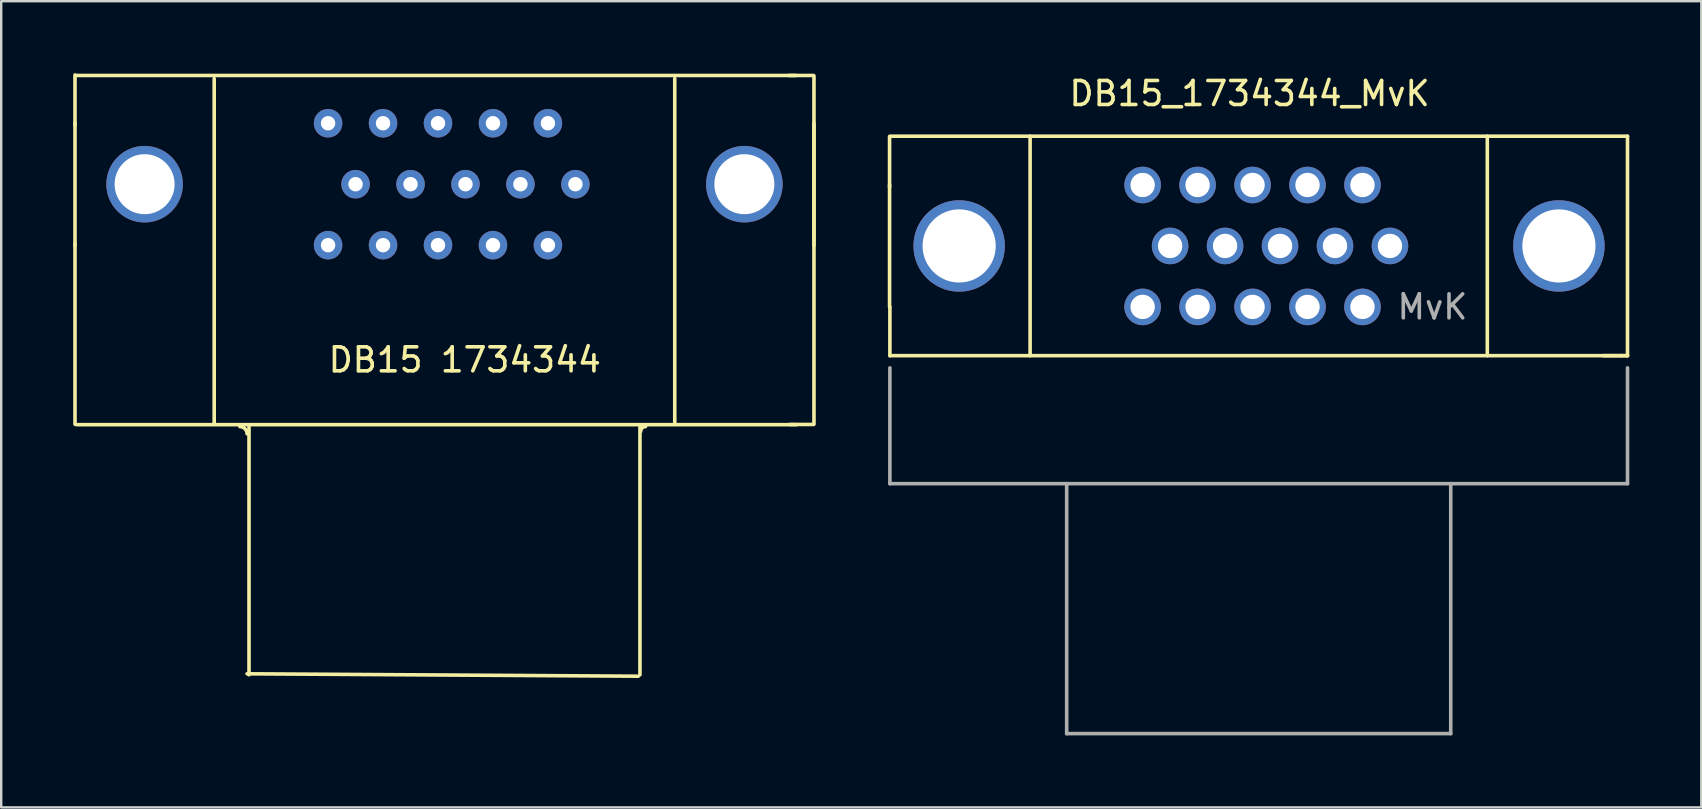
<source format=kicad_pcb>
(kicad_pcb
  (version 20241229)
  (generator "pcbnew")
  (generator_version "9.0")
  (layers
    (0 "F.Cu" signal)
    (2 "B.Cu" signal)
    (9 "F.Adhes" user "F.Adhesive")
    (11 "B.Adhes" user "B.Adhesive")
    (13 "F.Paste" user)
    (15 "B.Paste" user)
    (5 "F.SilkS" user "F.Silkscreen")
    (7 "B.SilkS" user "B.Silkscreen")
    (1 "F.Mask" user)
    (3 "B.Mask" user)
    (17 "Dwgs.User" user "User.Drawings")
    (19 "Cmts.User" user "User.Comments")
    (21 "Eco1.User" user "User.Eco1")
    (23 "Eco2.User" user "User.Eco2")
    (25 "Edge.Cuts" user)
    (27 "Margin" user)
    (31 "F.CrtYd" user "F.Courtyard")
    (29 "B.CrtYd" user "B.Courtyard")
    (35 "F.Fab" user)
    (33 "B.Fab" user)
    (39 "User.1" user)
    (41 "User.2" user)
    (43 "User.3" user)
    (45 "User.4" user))
  (footprint "DB15_1734344_MvK"
    (layer "F.Cu")
    (at 50.285 7.198)
    (property "Reference" "DB15_1734344_MvK" (at -1.27 -6.35 0) (layer "F.SilkS") (effects (font (size 1 1) (thickness 0.15))))
    (attr through_hole)
    (fp_line (start -16.27 -2.54) (end -16.27 2.54) (stroke (width 0.15) (type solid)) (layer "F.SilkS"))
    (fp_line (start -16.27 -2.46) (end -16.27 -4.55) (stroke (width 0.15) (type solid)) (layer "F.SilkS"))
    (fp_line (start -16.256 4.572) (end -16.256 2.54) (stroke (width 0.15) (type solid)) (layer "F.SilkS"))
    (fp_line (start -16.256 4.572) (end 14.224 4.572) (stroke (width 0.15) (type solid)) (layer "F.SilkS"))
    (fp_line (start -10.414 -4.572) (end -10.414 4.572) (stroke (width 0.15) (type solid)) (layer "F.SilkS"))
    (fp_line (start 8.636 4.572) (end 8.636 -4.572) (stroke (width 0.15) (type solid)) (layer "F.SilkS"))
    (fp_line (start 14.224 4.572) (end 14.478 4.572) (stroke (width 0.15) (type solid)) (layer "F.SilkS"))
    (fp_line (start 14.478 -4.572) (end -16.256 -4.572) (stroke (width 0.15) (type solid)) (layer "F.SilkS"))
    (fp_line (start 14.478 -4.572) (end 14.478 4.572) (stroke (width 0.15) (type solid)) (layer "F.SilkS"))
    (fp_line (start 14.478 4.572) (end 13.462 4.572) (stroke (width 0.15) (type solid)) (layer "F.SilkS"))
    (fp_line (start -16.256 9.906) (end -16.256 5.08) (stroke (width 0.15) (type solid)) (layer "F.Fab"))
    (fp_line (start -16.256 9.906) (end -8.89 9.906) (stroke (width 0.15) (type solid)) (layer "F.Fab"))
    (fp_line (start -8.89 9.906) (end 7.112 9.906) (stroke (width 0.15) (type solid)) (layer "F.Fab"))
    (fp_line (start -8.89 20.32) (end -8.89 9.906) (stroke (width 0.15) (type solid)) (layer "F.Fab"))
    (fp_line (start 7.112 9.906) (end 7.112 20.32) (stroke (width 0.15) (type solid)) (layer "F.Fab"))
    (fp_line (start 7.112 9.906) (end 14.478 9.906) (stroke (width 0.15) (type solid)) (layer "F.Fab"))
    (fp_line (start 7.112 20.32) (end -8.89 20.32) (stroke (width 0.15) (type solid)) (layer "F.Fab"))
    (fp_line (start 14.478 9.906) (end 14.478 5.08) (stroke (width 0.15) (type solid)) (layer "F.Fab"))
    (fp_text user "MvK" (at 6.35 2.54 0) (layer "F.Fab") (effects (font (size 1 1) (thickness 0.15))))
    (pad "0" thru_hole circle (at -13.37 0) (size 3.81 3.81) (drill 3.048) (layers "*.Cu" "*.Mask"))
    (pad "0" thru_hole circle (at 11.62 0) (size 3.81 3.81) (drill 3.048) (layers "*.Cu" "*.Mask"))
    (pad "1" thru_hole circle (at 3.435 -2.54) (size 1.524 1.524) (drill 1.016) (layers "*.Cu" "*.Mask"))
    (pad "2" thru_hole circle (at 1.145 -2.54) (size 1.524 1.524) (drill 1.016) (layers "*.Cu" "*.Mask"))
    (pad "3" thru_hole circle (at -1.145 -2.54) (size 1.524 1.524) (drill 1.016) (layers "*.Cu" "*.Mask"))
    (pad "4" thru_hole circle (at -3.435 -2.54) (size 1.524 1.524) (drill 1.016) (layers "*.Cu" "*.Mask"))
    (pad "5" thru_hole circle (at -5.725 -2.54) (size 1.524 1.524) (drill 1.016) (layers "*.Cu" "*.Mask"))
    (pad "6" thru_hole circle (at 4.58 0) (size 1.524 1.524) (drill 1.016) (layers "*.Cu" "*.Mask"))
    (pad "7" thru_hole circle (at 2.29 0) (size 1.524 1.524) (drill 1.016) (layers "*.Cu" "*.Mask"))
    (pad "8" thru_hole circle (at 0 0) (size 1.524 1.524) (drill 1.016) (layers "*.Cu" "*.Mask"))
    (pad "9" thru_hole circle (at -2.29 0) (size 1.524 1.524) (drill 1.016) (layers "*.Cu" "*.Mask"))
    (pad "10" thru_hole circle (at -4.58 0) (size 1.524 1.524) (drill 1.016) (layers "*.Cu" "*.Mask"))
    (pad "11" thru_hole circle (at 3.435 2.54) (size 1.524 1.524) (drill 1.016) (layers "*.Cu" "*.Mask"))
    (pad "12" thru_hole circle (at 1.145 2.54) (size 1.524 1.524) (drill 1.016) (layers "*.Cu" "*.Mask"))
    (pad "13" thru_hole circle (at -1.145 2.54) (size 1.524 1.524) (drill 1.016) (layers "*.Cu" "*.Mask"))
    (pad "14" thru_hole circle (at -3.435 2.54) (size 1.524 1.524) (drill 1.016) (layers "*.Cu" "*.Mask"))
    (pad "15" thru_hole circle (at -5.725 2.54) (size 1.524 1.524) (drill 1.016) (layers "*.Cu" "*.Mask")))
  (footprint "DB15 1734344"
    (layer "F.Cu")
    (at 16.345 4.625)
    (property "Reference" "DB15 1734344" (at -0.03 7.32 0) (layer "F.SilkS") (effects (font (size 1 1) (thickness 0.15))))
    (attr through_hole)
    (fp_line (start -16.27 -2.54) (end -16.27 2.54) (stroke (width 0.15) (type solid)) (layer "F.SilkS"))
    (fp_line (start -16.27 -2.46) (end -16.27 -4.55) (stroke (width 0.15) (type solid)) (layer "F.SilkS"))
    (fp_line (start -16.27 2.5) (end -16.27 10) (stroke (width 0.15) (type solid)) (layer "F.SilkS"))
    (fp_line (start -16.21 10.02) (end 13.79 10.02) (stroke (width 0.15) (type solid)) (layer "F.SilkS"))
    (fp_line (start -10.47 -4.4) (end -10.47 10) (stroke (width 0.15) (type solid)) (layer "F.SilkS"))
    (fp_line (start -9.1 20.4) (end 7.2 20.5) (stroke (width 0.15) (type solid)) (layer "F.SilkS"))
    (fp_line (start -9.02 10.12) (end -9.02 20.44) (stroke (width 0.15) (type solid)) (layer "F.SilkS"))
    (fp_line (start 7.27 10.12) (end 7.27 20.44) (stroke (width 0.15) (type solid)) (layer "F.SilkS"))
    (fp_line (start 8.72 -4.4) (end 8.72 10) (stroke (width 0.15) (type solid)) (layer "F.SilkS"))
    (fp_line (start 13.51 10.01) (end 14.51 10.01) (stroke (width 0.15) (type solid)) (layer "F.SilkS"))
    (fp_line (start 13.76 -4.53) (end -16.24 -4.53) (stroke (width 0.15) (type solid)) (layer "F.SilkS"))
    (fp_line (start 14.49 -4.53) (end 13.49 -4.53) (stroke (width 0.15) (type solid)) (layer "F.SilkS"))
    (fp_line (start 14.52 -4.52) (end 14.52 9.98) (stroke (width 0.15) (type solid)) (layer "F.SilkS"))
    (fp_line (start 14.52 -2.54) (end 14.52 2.54) (stroke (width 0.15) (type solid)) (layer "F.SilkS"))
    (fp_arc (start -9.4 10.1) (mid -9.187868 10.187868) (end -9.1 10.4) (stroke (width 0.15) (type solid)) (layer "F.SilkS"))
    (fp_arc (start 7.3 10.3) (mid 7.358579 10.158579) (end 7.5 10.1) (stroke (width 0.15) (type solid)) (layer "F.SilkS"))
    (pad "" thru_hole circle (at -13.37 0) (size 3.19 3.19) (drill 2.5) (layers "*.Cu" "*.Mask"))
    (pad "" thru_hole circle (at 11.62 0) (size 3.19 3.19) (drill 2.5) (layers "*.Cu" "*.Mask"))
    (pad "1" thru_hole circle (at 3.435 -2.54) (size 1.19 1.19) (drill 0.6) (layers "*.Cu" "*.Mask"))
    (pad "2" thru_hole circle (at 1.145 -2.54) (size 1.19 1.19) (drill 0.6) (layers "*.Cu" "*.Mask"))
    (pad "3" thru_hole circle (at -1.145 -2.54) (size 1.19 1.19) (drill 0.6) (layers "*.Cu" "*.Mask"))
    (pad "4" thru_hole circle (at -3.435 -2.54) (size 1.19 1.19) (drill 0.6) (layers "*.Cu" "*.Mask"))
    (pad "5" thru_hole circle (at -5.725 -2.54) (size 1.19 1.19) (drill 0.6) (layers "*.Cu" "*.Mask"))
    (pad "6" thru_hole circle (at 4.58 0) (size 1.19 1.19) (drill 0.6) (layers "*.Cu" "*.Mask"))
    (pad "7" thru_hole circle (at 2.29 0) (size 1.19 1.19) (drill 0.6) (layers "*.Cu" "*.Mask"))
    (pad "8" thru_hole circle (at 0 0) (size 1.19 1.19) (drill 0.6) (layers "*.Cu" "*.Mask"))
    (pad "9" thru_hole circle (at -2.29 0) (size 1.19 1.19) (drill 0.6) (layers "*.Cu" "*.Mask"))
    (pad "10" thru_hole circle (at -4.58 0) (size 1.19 1.19) (drill 0.6) (layers "*.Cu" "*.Mask"))
    (pad "11" thru_hole circle (at 3.435 2.54) (size 1.19 1.19) (drill 0.6) (layers "*.Cu" "*.Mask"))
    (pad "12" thru_hole circle (at 1.145 2.54) (size 1.19 1.19) (drill 0.6) (layers "*.Cu" "*.Mask"))
    (pad "13" thru_hole circle (at -1.145 2.54) (size 1.19 1.19) (drill 0.6) (layers "*.Cu" "*.Mask"))
    (pad "14" thru_hole circle (at -3.435 2.54) (size 1.19 1.19) (drill 0.6) (layers "*.Cu" "*.Mask"))
    (pad "15" thru_hole circle (at -5.725 2.54) (size 1.19 1.19) (drill 0.6) (layers "*.Cu" "*.Mask")))
  (gr_rect
    (start -3 -3)
    (end 67.838 30.593)
    (stroke (width 0.1) (type default))
    (fill no)
    (layer "Edge.Cuts")))
</source>
